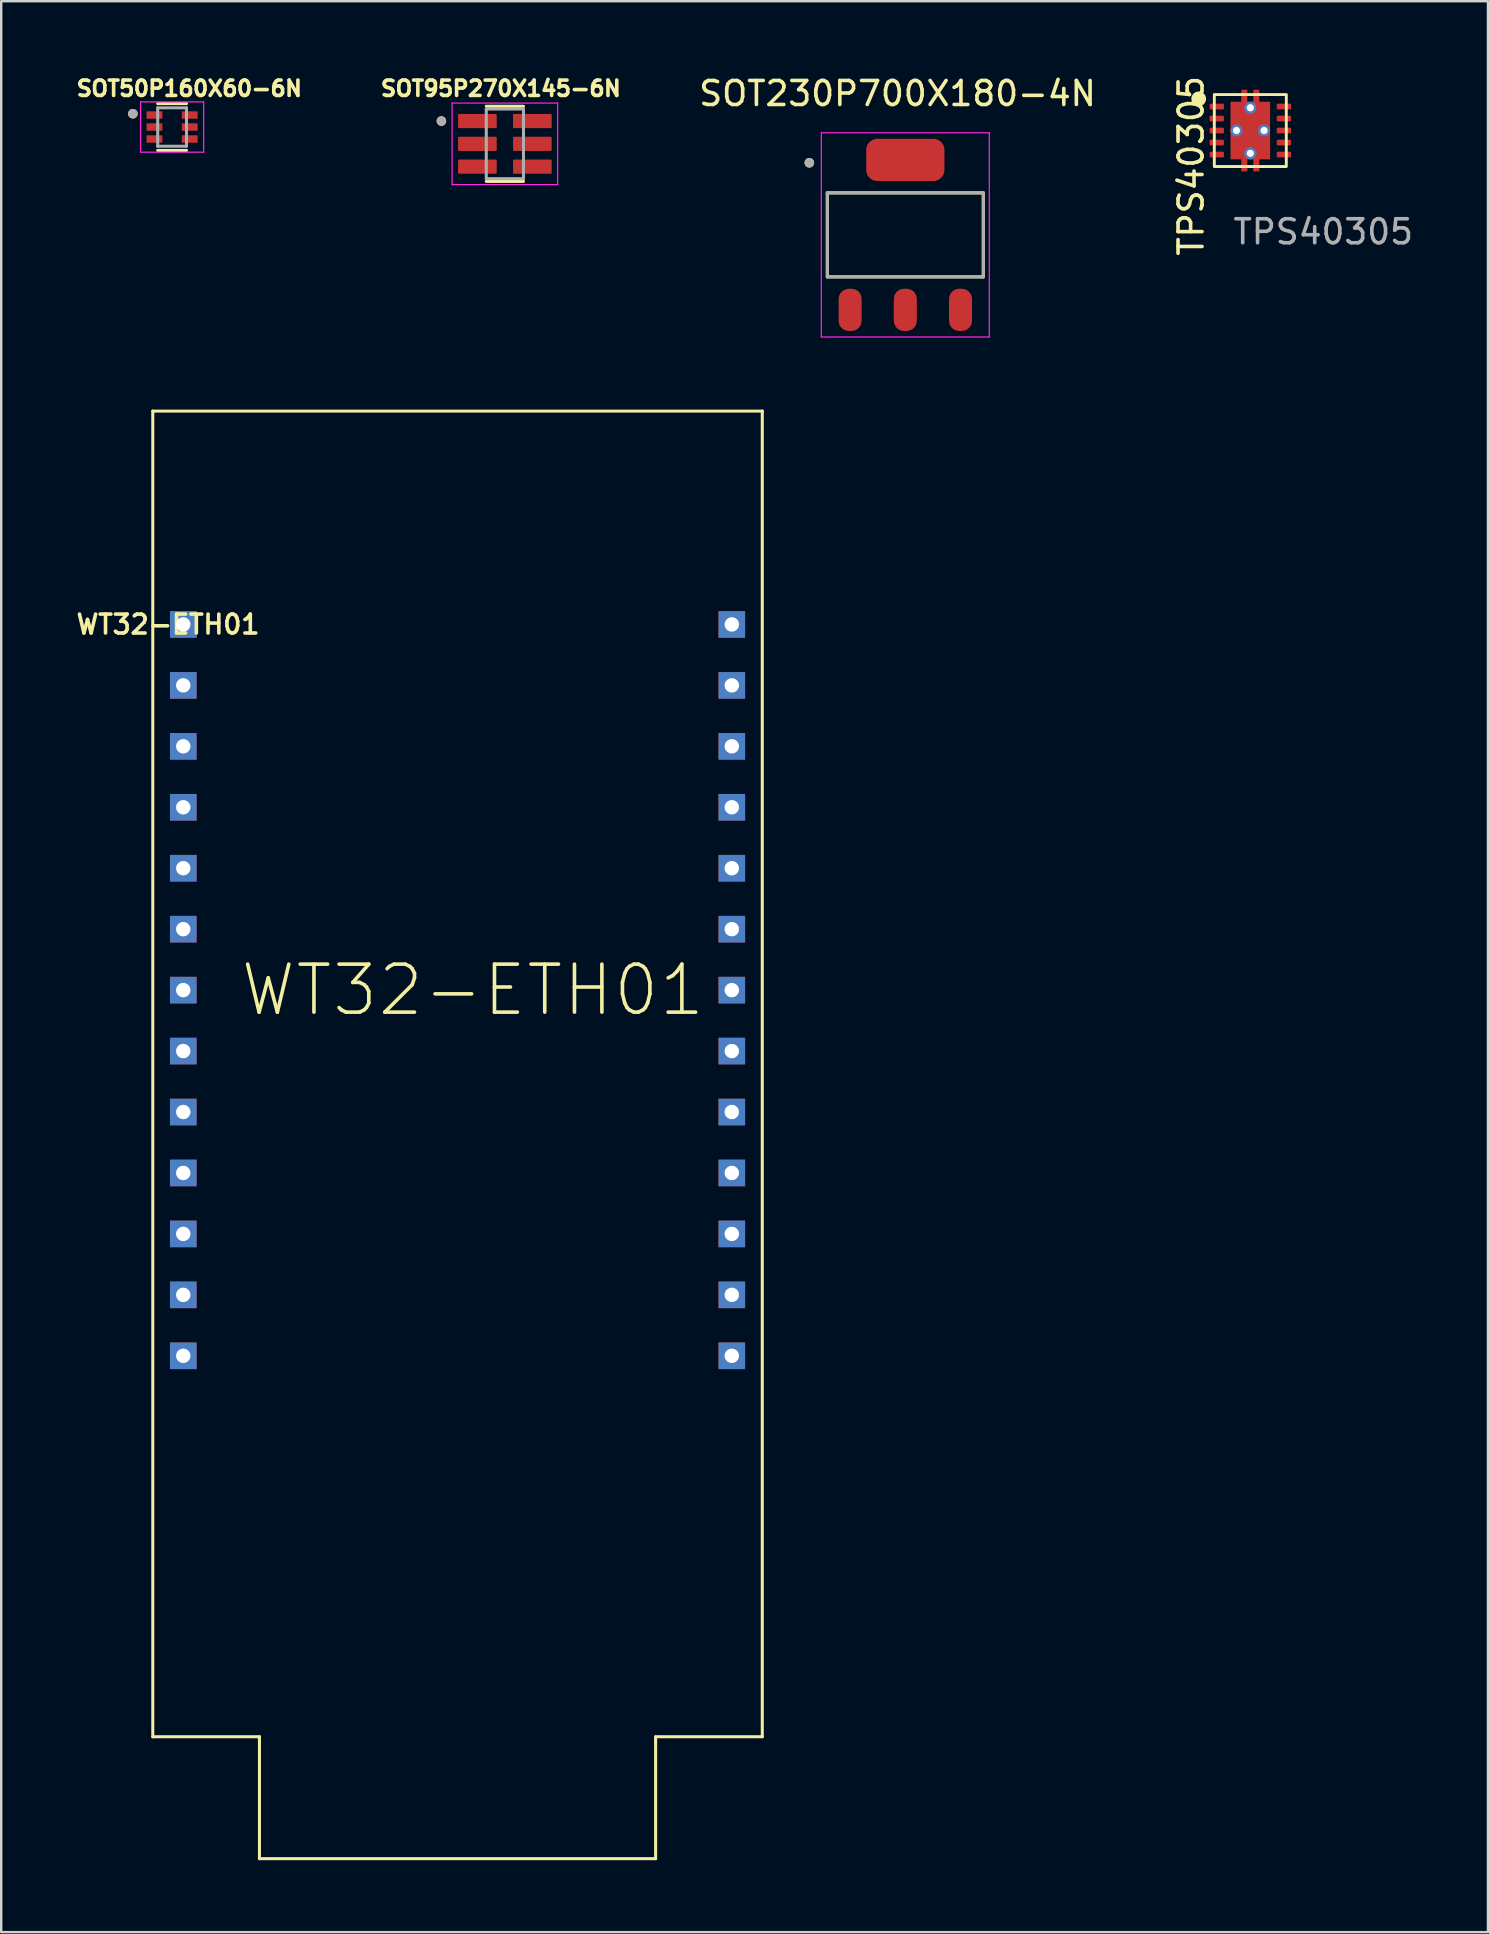
<source format=kicad_pcb>
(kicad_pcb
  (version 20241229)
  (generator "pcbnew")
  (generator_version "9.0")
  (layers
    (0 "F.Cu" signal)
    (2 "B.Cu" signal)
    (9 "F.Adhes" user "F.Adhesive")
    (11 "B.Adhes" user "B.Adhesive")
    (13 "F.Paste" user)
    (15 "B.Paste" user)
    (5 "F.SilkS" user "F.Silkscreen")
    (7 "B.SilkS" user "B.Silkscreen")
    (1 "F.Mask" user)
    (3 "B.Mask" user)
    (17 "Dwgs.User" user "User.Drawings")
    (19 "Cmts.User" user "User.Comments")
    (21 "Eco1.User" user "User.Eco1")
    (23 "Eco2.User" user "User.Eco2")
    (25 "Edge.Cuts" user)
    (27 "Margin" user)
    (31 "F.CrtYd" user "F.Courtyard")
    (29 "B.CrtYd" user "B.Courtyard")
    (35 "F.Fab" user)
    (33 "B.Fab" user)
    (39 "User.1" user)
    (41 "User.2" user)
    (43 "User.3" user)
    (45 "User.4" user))
  (footprint "WT32-ETH01"
    (layer "F.Cu")
    (at 3.952 22.972)
    (property "Reference" "WT32-ETH01" (at 0 0 0) (layer "F.SilkS") (effects (font (size 0.787 0.787) (thickness 0.15))))
    (attr through_hole)
    (fp_line (start -0.635 -8.89) (end -0.635 46.355) (stroke (width 0.127) (type solid)) (layer "F.SilkS"))
    (fp_line (start -0.635 -8.89) (end 24.765 -8.89) (stroke (width 0.127) (type solid)) (layer "F.SilkS"))
    (fp_line (start -0.635 46.355) (end 3.81 46.355) (stroke (width 0.127) (type solid)) (layer "F.SilkS"))
    (fp_line (start 3.81 46.355) (end 3.81 51.435) (stroke (width 0.127) (type solid)) (layer "F.SilkS"))
    (fp_line (start 3.81 51.435) (end 20.32 51.435) (stroke (width 0.127) (type solid)) (layer "F.SilkS"))
    (fp_line (start 20.32 51.435) (end 20.32 46.355) (stroke (width 0.127) (type solid)) (layer "F.SilkS"))
    (fp_line (start 24.765 -8.89) (end 24.765 46.355) (stroke (width 0.127) (type solid)) (layer "F.SilkS"))
    (fp_line (start 24.765 46.355) (end 20.32 46.355) (stroke (width 0.127) (type solid)) (layer "F.SilkS"))
    (fp_text user "WT32-ETH01" (at 12.7 15.24 0) (layer "F.SilkS") (effects (font (size 2 2) (thickness 0.15))))
    (pad "3V3" thru_hole rect (at 0.635 5.08) (size 1.108 1.108) (drill 0.6) (layers "*.Cu" "*.Mask"))
    (pad "3V3@1" thru_hole rect (at 0.635 22.86) (size 1.108 1.108) (drill 0.6) (layers "*.Cu" "*.Mask"))
    (pad "5V" thru_hole rect (at 0.635 27.94) (size 1.108 1.108) (drill 0.6) (layers "*.Cu" "*.Mask"))
    (pad "485_EN" thru_hole rect (at 0.635 12.7) (size 1.108 1.108) (drill 0.6) (layers "*.Cu" "*.Mask"))
    (pad "CFG" thru_hole rect (at 0.635 10.16) (size 1.108 1.108) (drill 0.6) (layers "*.Cu" "*.Mask"))
    (pad "EN" thru_hole rect (at 0.635 0) (size 1.108 1.108) (drill 0.6) (layers "*.Cu" "*.Mask"))
    (pad "EN@1" thru_hole rect (at 0.635 7.62) (size 1.108 1.108) (drill 0.6) (layers "*.Cu" "*.Mask"))
    (pad "GND" thru_hole rect (at 0.635 2.54) (size 1.108 1.108) (drill 0.6) (layers "*.Cu" "*.Mask"))
    (pad "GND@1" thru_hole rect (at 0.635 20.32) (size 1.108 1.108) (drill 0.6) (layers "*.Cu" "*.Mask"))
    (pad "GND@2" thru_hole rect (at 0.635 25.4) (size 1.108 1.108) (drill 0.6) (layers "*.Cu" "*.Mask"))
    (pad "GND@3" thru_hole rect (at 23.495 7.62) (size 1.108 1.108) (drill 0.6) (layers "*.Cu" "*.Mask"))
    (pad "GND@4" thru_hole rect (at 23.495 30.48) (size 1.108 1.108) (drill 0.6) (layers "*.Cu" "*.Mask"))
    (pad "IO0" thru_hole rect (at 23.495 5.08) (size 1.108 1.108) (drill 0.6) (layers "*.Cu" "*.Mask"))
    (pad "IO2" thru_hole rect (at 23.495 27.94) (size 1.108 1.108) (drill 0.6) (layers "*.Cu" "*.Mask"))
    (pad "IO4" thru_hole rect (at 23.495 25.4) (size 1.108 1.108) (drill 0.6) (layers "*.Cu" "*.Mask"))
    (pad "IO12" thru_hole rect (at 23.495 20.32) (size 1.108 1.108) (drill 0.6) (layers "*.Cu" "*.Mask"))
    (pad "IO14" thru_hole rect (at 23.495 17.78) (size 1.108 1.108) (drill 0.6) (layers "*.Cu" "*.Mask"))
    (pad "IO15" thru_hole rect (at 23.495 15.24) (size 1.108 1.108) (drill 0.6) (layers "*.Cu" "*.Mask"))
    (pad "IO35" thru_hole rect (at 23.495 22.86) (size 1.108 1.108) (drill 0.6) (layers "*.Cu" "*.Mask"))
    (pad "IO36" thru_hole rect (at 23.495 12.7) (size 1.108 1.108) (drill 0.6) (layers "*.Cu" "*.Mask"))
    (pad "IO39" thru_hole rect (at 23.495 10.16) (size 1.108 1.108) (drill 0.6) (layers "*.Cu" "*.Mask"))
    (pad "LINK" thru_hole rect (at 0.635 30.48) (size 1.108 1.108) (drill 0.6) (layers "*.Cu" "*.Mask"))
    (pad "RX0" thru_hole rect (at 23.495 2.54) (size 1.108 1.108) (drill 0.6) (layers "*.Cu" "*.Mask"))
    (pad "RXD" thru_hole rect (at 0.635 15.24) (size 1.108 1.108) (drill 0.6) (layers "*.Cu" "*.Mask"))
    (pad "TX0" thru_hole rect (at 23.495 0) (size 1.108 1.108) (drill 0.6) (layers "*.Cu" "*.Mask"))
    (pad "TXD" thru_hole rect (at 0.635 17.78) (size 1.108 1.108) (drill 0.6) (layers "*.Cu" "*.Mask")))
  (footprint "SOT230P700X180-4N"
    (layer "F.Cu")
    (at 34.678 6.738)
    (property "Reference" "SOT230P700X180-4N" (at -0.325 -5.89 0) (layer "F.SilkS") (effects (font (size 1 1) (thickness 0.15))))
    (attr smd)
    (fp_line (start -3.25 -1.75) (end 3.25 -1.75) (stroke (width 0.127) (type solid)) (layer "F.SilkS"))
    (fp_line (start -3.25 1.75) (end -3.25 -1.75) (stroke (width 0.127) (type solid)) (layer "F.SilkS"))
    (fp_line (start 3.25 -1.75) (end 3.25 1.75) (stroke (width 0.127) (type solid)) (layer "F.SilkS"))
    (fp_line (start 3.25 1.75) (end -3.25 1.75) (stroke (width 0.127) (type solid)) (layer "F.SilkS"))
    (fp_circle (center -4 -3.005) (end -3.9 -3.005) (stroke (width 0.2) (type solid)) (fill no) (layer "F.SilkS"))
    (fp_line (start -3.5 -4.255) (end -3.5 4.255) (stroke (width 0.05) (type solid)) (layer "F.CrtYd"))
    (fp_line (start -3.5 4.255) (end 3.5 4.255) (stroke (width 0.05) (type solid)) (layer "F.CrtYd"))
    (fp_line (start 3.5 -4.255) (end -3.5 -4.255) (stroke (width 0.05) (type solid)) (layer "F.CrtYd"))
    (fp_line (start 3.5 4.255) (end 3.5 -4.255) (stroke (width 0.05) (type solid)) (layer "F.CrtYd"))
    (fp_line (start -3.25 -1.75) (end 3.25 -1.75) (stroke (width 0.127) (type solid)) (layer "F.Fab"))
    (fp_line (start -3.25 1.75) (end -3.25 -1.75) (stroke (width 0.127) (type solid)) (layer "F.Fab"))
    (fp_line (start 3.25 -1.75) (end 3.25 1.75) (stroke (width 0.127) (type solid)) (layer "F.Fab"))
    (fp_line (start 3.25 1.75) (end -3.25 1.75) (stroke (width 0.127) (type solid)) (layer "F.Fab"))
    (fp_circle (center -4 -3.005) (end -3.9 -3.005) (stroke (width 0.2) (type solid)) (fill no) (layer "F.Fab"))
    (pad "1" smd roundrect (at 0 -3.125) (size 3.26 1.76) (layers "F.Cu" "F.Mask" "F.Paste") (roundrect_rratio 0.26))
    (pad "2" smd roundrect (at -2.3 3.125) (size 0.96 1.76) (layers "F.Cu" "F.Mask" "F.Paste") (roundrect_rratio 0.44))
    (pad "3" smd roundrect (at 2.3 3.125) (size 0.96 1.76) (layers "F.Cu" "F.Mask" "F.Paste") (roundrect_rratio 0.44))
    (pad "4" smd roundrect (at 0 3.125) (size 0.96 1.76) (layers "F.Cu" "F.Mask" "F.Paste") (roundrect_rratio 0.44)))
  (footprint "SOT50P160X60-6N"
    (layer "F.Cu")
    (at 4.122 2.244)
    (property "Reference" "SOT50P160X60-6N" (at 0.717 -1.606 0) (layer "F.SilkS") (effects (font (size 0.64 0.64) (thickness 0.15))))
    (attr smd)
    (fp_line (start -0.6 -0.975) (end 0.6 -0.975) (stroke (width 0.127) (type solid)) (layer "F.SilkS"))
    (fp_line (start -0.6 0.975) (end 0.6 0.975) (stroke (width 0.127) (type solid)) (layer "F.SilkS"))
    (fp_circle (center -1.635 -0.555) (end -1.535 -0.555) (stroke (width 0.2) (type solid)) (fill no) (layer "F.SilkS"))
    (fp_line (start -1.315 -1.05) (end -1.315 1.05) (stroke (width 0.05) (type solid)) (layer "F.CrtYd"))
    (fp_line (start -1.315 1.05) (end 1.315 1.05) (stroke (width 0.05) (type solid)) (layer "F.CrtYd"))
    (fp_line (start 1.315 -1.05) (end -1.315 -1.05) (stroke (width 0.05) (type solid)) (layer "F.CrtYd"))
    (fp_line (start 1.315 1.05) (end 1.315 -1.05) (stroke (width 0.05) (type solid)) (layer "F.CrtYd"))
    (fp_line (start -0.6 -0.8) (end -0.6 0.8) (stroke (width 0.127) (type solid)) (layer "F.Fab"))
    (fp_line (start -0.6 -0.8) (end 0.6 -0.8) (stroke (width 0.127) (type solid)) (layer "F.Fab"))
    (fp_line (start -0.6 0.8) (end 0.6 0.8) (stroke (width 0.127) (type solid)) (layer "F.Fab"))
    (fp_line (start 0.6 -0.8) (end 0.6 0.8) (stroke (width 0.127) (type solid)) (layer "F.Fab"))
    (fp_circle (center -1.635 -0.555) (end -1.535 -0.555) (stroke (width 0.2) (type solid)) (fill no) (layer "F.Fab"))
    (pad "1" smd rect (at -0.735 -0.5) (size 0.66 0.31) (layers "F.Cu" "F.Mask" "F.Paste"))
    (pad "2" smd rect (at -0.735 0) (size 0.66 0.31) (layers "F.Cu" "F.Mask" "F.Paste"))
    (pad "3" smd rect (at -0.735 0.5) (size 0.66 0.31) (layers "F.Cu" "F.Mask" "F.Paste"))
    (pad "4" smd rect (at 0.735 0.5) (size 0.66 0.31) (layers "F.Cu" "F.Mask" "F.Paste"))
    (pad "5" smd rect (at 0.735 0) (size 0.66 0.31) (layers "F.Cu" "F.Mask" "F.Paste"))
    (pad "6" smd rect (at 0.735 -0.5) (size 0.66 0.31) (layers "F.Cu" "F.Mask" "F.Paste")))
  (footprint "TPS40305"
    (layer "F.Cu")
    (at 49.055 2.39)
    (property "Reference" "TPS40305" (at -2.467 1.473 90) (unlocked yes) (layer "F.SilkS") (effects (font (size 1 1) (thickness 0.15))))
    (attr smd)
    (fp_rect (start -1.5 -1.5) (end 1.5 1.5) (stroke (width 0.12) (type solid)) (fill no) (layer "F.SilkS"))
    (fp_circle (center -2.15 -1.32) (end -1.903 -1.32) (stroke (width 0.12) (type solid)) (fill yes) (layer "F.SilkS"))
    (fp_poly (pts (xy -0.125 -1.405) (xy -0.375 -1.405) (xy -0.375 -1.7) (xy -0.125 -1.7)) (stroke (width 0.001) (type solid)) (fill yes) (layer "F.Paste"))
    (fp_poly (pts (xy -0.125 1.7) (xy -0.375 1.7) (xy -0.375 1.405) (xy -0.125 1.405)) (stroke (width 0.001) (type solid)) (fill yes) (layer "F.Paste"))
    (fp_poly (pts (xy 0.375 -1.405) (xy 0.125 -1.405) (xy 0.125 -1.7) (xy 0.375 -1.7)) (stroke (width 0.001) (type solid)) (fill yes) (layer "F.Paste"))
    (fp_poly (pts (xy 0.375 1.7) (xy 0.125 1.7) (xy 0.125 1.405) (xy 0.375 1.405)) (stroke (width 0.001) (type solid)) (fill yes) (layer "F.Paste"))
    (fp_poly (pts (xy 0.595 -0.095) (xy -0.615 -0.1) (xy -0.615 -1.03) (xy 0.595 -1.025)) (stroke (width 0.001) (type solid)) (fill yes) (layer "F.Paste"))
    (fp_poly (pts (xy 0.6 1.03) (xy -0.61 1.025) (xy -0.61 0.095) (xy 0.6 0.1)) (stroke (width 0.001) (type solid)) (fill yes) (layer "F.Paste"))
    (fp_text user "${REFERENCE}" (at 3.04 4.22 0) (unlocked yes) (layer "F.Fab") (effects (font (size 1 1) (thickness 0.15))))
    (pad "1" smd roundrect (at -1.4 -1) (size 0.6 0.24) (layers "F.Cu" "F.Mask" "F.Paste") (roundrect_rratio 0.208))
    (pad "2" smd roundrect (at -1.4 -0.5) (size 0.6 0.24) (layers "F.Cu" "F.Mask" "F.Paste") (roundrect_rratio 0.208))
    (pad "3" smd roundrect (at -1.4 0) (size 0.6 0.24) (layers "F.Cu" "F.Mask" "F.Paste") (roundrect_rratio 0.208))
    (pad "4" smd roundrect (at -1.4 0.5) (size 0.6 0.24) (layers "F.Cu" "F.Mask" "F.Paste") (roundrect_rratio 0.208))
    (pad "5" smd roundrect (at -1.4 1) (size 0.6 0.24) (layers "F.Cu" "F.Mask" "F.Paste") (roundrect_rratio 0.208))
    (pad "6" smd roundrect (at 1.4 1) (size 0.6 0.24) (layers "F.Cu" "F.Mask" "F.Paste") (roundrect_rratio 0.208))
    (pad "7" smd roundrect (at 1.4 0.5) (size 0.6 0.24) (layers "F.Cu" "F.Mask" "F.Paste") (roundrect_rratio 0.208))
    (pad "8" smd roundrect (at 1.4 0) (size 0.6 0.24) (layers "F.Cu" "F.Mask" "F.Paste") (roundrect_rratio 0.208))
    (pad "9" smd roundrect (at 1.4 -0.5) (size 0.6 0.24) (layers "F.Cu" "F.Mask" "F.Paste") (roundrect_rratio 0.208))
    (pad "10" smd roundrect (at 1.4 -1) (size 0.6 0.24) (layers "F.Cu" "F.Mask" "F.Paste") (roundrect_rratio 0.208))
    (pad "11" thru_hole circle (at -0.575 0) (size 0.5 0.5) (drill 0.3) (layers "*.Cu" "*.Mask"))
    (pad "11" thru_hole circle (at 0 -0.95) (size 0.5 0.5) (drill 0.3) (layers "*.Cu" "*.Mask"))
    (pad "11" smd custom (at 0 0) (size 0.6 0.24) (layers "F.Cu" "F.Mask") (options (anchor rect)) (primitives (gr_poly (pts (xy -0.825 0) (xy -0.825 -1.2) (xy -0.375 -1.2) (xy -0.375 -1.7) (xy -0.125 -1.7) (xy -0.125 -1.2) (xy 0.125 -1.2) (xy 0.125 -1.7) (xy 0.375 -1.7) (xy 0.375 -1.2) (xy 0.825 -1.2) (xy 0.825 1.2) (xy 0.375 1.2) (xy 0.375 1.7) (xy 0.125 1.7) (xy 0.125 1.2) (xy -0.125 1.2) (xy -0.125 1.7) (xy -0.375 1.7) (xy -0.375 1.2) (xy -0.825 1.2)) (width 0.001) (fill yes))))
    (pad "11" thru_hole circle (at 0 0.95) (size 0.5 0.5) (drill 0.3) (layers "*.Cu" "*.Mask"))
    (pad "11" thru_hole circle (at 0.575 0) (size 0.5 0.5) (drill 0.3) (layers "*.Cu" "*.Mask")))
  (footprint "SOT95P270X145-6N"
    (layer "F.Cu")
    (at 17.99 2.944)
    (property "Reference" "SOT95P270X145-6N" (at -0.168 -2.306 0) (layer "F.SilkS") (effects (font (size 0.64 0.64) (thickness 0.15))))
    (attr smd)
    (fp_line (start -0.775 1.565) (end 0.775 1.565) (stroke (width 0.127) (type solid)) (layer "F.SilkS"))
    (fp_line (start 0.775 -1.565) (end -0.775 -1.565) (stroke (width 0.127) (type solid)) (layer "F.SilkS"))
    (fp_circle (center -2.645 -0.95) (end -2.545 -0.95) (stroke (width 0.2) (type solid)) (fill no) (layer "F.SilkS"))
    (fp_line (start -2.2 -1.7) (end -2.2 1.7) (stroke (width 0.05) (type solid)) (layer "F.CrtYd"))
    (fp_line (start -2.2 1.7) (end 2.2 1.7) (stroke (width 0.05) (type solid)) (layer "F.CrtYd"))
    (fp_line (start 2.2 -1.7) (end -2.2 -1.7) (stroke (width 0.05) (type solid)) (layer "F.CrtYd"))
    (fp_line (start 2.2 1.7) (end 2.2 -1.7) (stroke (width 0.05) (type solid)) (layer "F.CrtYd"))
    (fp_line (start -0.775 -1.45) (end -0.775 1.45) (stroke (width 0.127) (type solid)) (layer "F.Fab"))
    (fp_line (start -0.775 1.45) (end 0.775 1.45) (stroke (width 0.127) (type solid)) (layer "F.Fab"))
    (fp_line (start 0.775 -1.45) (end -0.775 -1.45) (stroke (width 0.127) (type solid)) (layer "F.Fab"))
    (fp_line (start 0.775 1.45) (end 0.775 -1.45) (stroke (width 0.127) (type solid)) (layer "F.Fab"))
    (fp_circle (center -2.645 -0.95) (end -2.545 -0.95) (stroke (width 0.2) (type solid)) (fill no) (layer "F.Fab"))
    (pad "1" smd roundrect (at -1.145 -0.95) (size 1.61 0.59) (layers "F.Cu" "F.Mask" "F.Paste") (roundrect_rratio 0.07))
    (pad "2" smd roundrect (at -1.145 0) (size 1.61 0.59) (layers "F.Cu" "F.Mask" "F.Paste") (roundrect_rratio 0.07))
    (pad "3" smd roundrect (at -1.145 0.95) (size 1.61 0.59) (layers "F.Cu" "F.Mask" "F.Paste") (roundrect_rratio 0.07))
    (pad "4" smd roundrect (at 1.145 0.95) (size 1.61 0.59) (layers "F.Cu" "F.Mask" "F.Paste") (roundrect_rratio 0.07))
    (pad "5" smd roundrect (at 1.145 0) (size 1.61 0.59) (layers "F.Cu" "F.Mask" "F.Paste") (roundrect_rratio 0.07))
    (pad "6" smd roundrect (at 1.145 -0.95) (size 1.61 0.59) (layers "F.Cu" "F.Mask" "F.Paste") (roundrect_rratio 0.07)))
  (gr_rect
    (start -3 -3)
    (end 58.958 77.47)
    (stroke (width 0.1) (type default))
    (fill no)
    (layer "Edge.Cuts")))
</source>
